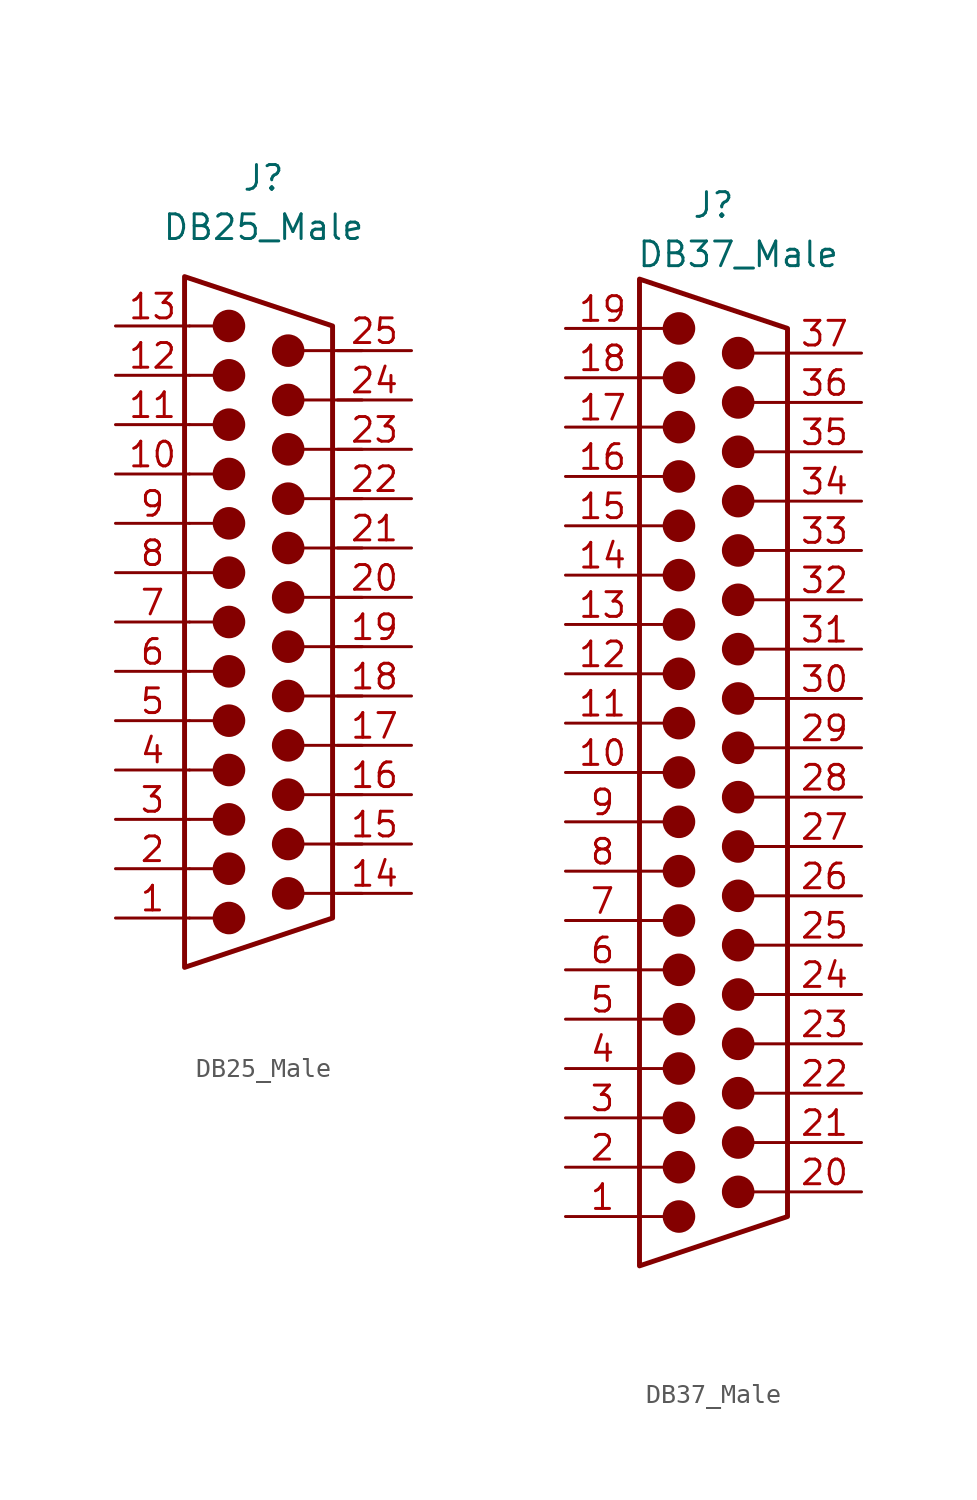
<source format=kicad_sym>
(kicad_symbol_lib
  (version 20220914)
  (generator kicad_symbol_editor)
  (symbol "DB25_Male"
    (pin_names
      (offset 1.016) hide)
    (property "Reference" "J"
      (at 0.254 21.59 0)
      (effects (font (size 1.27 1.27))))
    (property "Value" "DB25_Male"
      (at 0.254 19.05 0)
      (effects (font (size 1.27 1.27))))
    (symbol "DB25_Male_0_1"
      (circle (center -1.524 -16.51) (radius 0.762) (stroke (width 0) (type default)) (fill (type outline)))
      (circle (center -1.524 -13.97) (radius 0.762) (stroke (width 0) (type default)) (fill (type outline)))
      (circle (center -1.524 -11.43) (radius 0.762) (stroke (width 0) (type default)) (fill (type outline)))
      (circle (center -1.524 -8.89) (radius 0.762) (stroke (width 0) (type default)) (fill (type outline)))
      (circle (center -1.524 -6.35) (radius 0.762) (stroke (width 0) (type default)) (fill (type outline)))
      (circle (center -1.524 -3.81) (radius 0.762) (stroke (width 0) (type default)) (fill (type outline)))
      (circle (center -1.524 -1.27) (radius 0.762) (stroke (width 0) (type default)) (fill (type outline)))
      (circle (center -1.524 1.27) (radius 0.762) (stroke (width 0) (type default)) (fill (type outline)))
      (circle (center -1.524 3.81) (radius 0.762) (stroke (width 0) (type default)) (fill (type outline)))
      (circle (center -1.524 6.35) (radius 0.762) (stroke (width 0) (type default)) (fill (type outline)))
      (circle (center -1.524 8.89) (radius 0.762) (stroke (width 0) (type default)) (fill (type outline)))
      (circle (center -1.524 11.43) (radius 0.762) (stroke (width 0) (type default)) (fill (type outline)))
      (circle (center -1.524 13.97) (radius 0.762) (stroke (width 0) (type default)) (fill (type outline)))
      (polyline (pts (xy -3.556 -16.51) (xy -2.286 -16.51)) (stroke (width 0) (type default)) (fill (type none)))
      (polyline (pts (xy -3.556 -13.97) (xy -2.286 -13.97)) (stroke (width 0) (type default)) (fill (type none)))
      (polyline (pts (xy -3.556 -11.43) (xy -2.286 -11.43)) (stroke (width 0) (type default)) (fill (type none)))
      (polyline (pts (xy -3.556 -8.89) (xy -2.286 -8.89)) (stroke (width 0) (type default)) (fill (type none)))
      (polyline (pts (xy -3.556 -6.35) (xy -2.286 -6.35)) (stroke (width 0) (type default)) (fill (type none)))
      (polyline (pts (xy -3.556 -3.81) (xy -2.286 -3.81)) (stroke (width 0) (type default)) (fill (type none)))
      (polyline (pts (xy -3.556 -1.27) (xy -2.286 -1.27)) (stroke (width 0) (type default)) (fill (type none)))
      (polyline (pts (xy -3.556 1.27) (xy -2.286 1.27)) (stroke (width 0) (type default)) (fill (type none)))
      (polyline (pts (xy -3.556 3.81) (xy -2.286 3.81)) (stroke (width 0) (type default)) (fill (type none)))
      (polyline (pts (xy -3.556 6.35) (xy -2.286 6.35)) (stroke (width 0) (type default)) (fill (type none)))
      (polyline (pts (xy -3.556 8.89) (xy -2.286 8.89)) (stroke (width 0) (type default)) (fill (type none)))
      (polyline (pts (xy -3.556 11.43) (xy -2.286 11.43)) (stroke (width 0) (type default)) (fill (type none)))
      (polyline (pts (xy -3.556 13.97) (xy -2.286 13.97)) (stroke (width 0) (type default)) (fill (type none)))
      (polyline (pts (xy 1.524 -15.24) (xy 5.334 -15.24)) (stroke (width 0) (type default)) (fill (type none)))
      (polyline (pts (xy 1.524 -12.7) (xy 5.334 -12.7)) (stroke (width 0) (type default)) (fill (type none)))
      (polyline (pts (xy 1.524 -10.16) (xy 5.334 -10.16)) (stroke (width 0) (type default)) (fill (type none)))
      (polyline (pts (xy 1.524 -7.62) (xy 5.334 -7.62)) (stroke (width 0) (type default)) (fill (type none)))
      (polyline (pts (xy 1.524 -5.08) (xy 5.334 -5.08)) (stroke (width 0) (type default)) (fill (type none)))
      (polyline (pts (xy 1.524 -2.54) (xy 5.334 -2.54)) (stroke (width 0) (type default)) (fill (type none)))
      (polyline (pts (xy 1.524 0) (xy 5.334 0)) (stroke (width 0) (type default)) (fill (type none)))
      (polyline (pts (xy 1.524 2.54) (xy 5.334 2.54)) (stroke (width 0) (type default)) (fill (type none)))
      (polyline (pts (xy 1.524 5.08) (xy 5.334 5.08)) (stroke (width 0) (type default)) (fill (type none)))
      (polyline (pts (xy 1.524 7.62) (xy 5.334 7.62)) (stroke (width 0) (type default)) (fill (type none)))
      (polyline (pts (xy 1.524 10.16) (xy 5.334 10.16)) (stroke (width 0) (type default)) (fill (type none)))
      (polyline (pts (xy 1.524 12.7) (xy 5.334 12.7)) (stroke (width 0) (type default)) (fill (type none)))
      (circle (center 1.524 -15.24) (radius 0.762) (stroke (width 0) (type default)) (fill (type outline)))
      (circle (center 1.524 -12.7) (radius 0.762) (stroke (width 0) (type default)) (fill (type outline)))
      (circle (center 1.524 -10.16) (radius 0.762) (stroke (width 0) (type default)) (fill (type outline)))
      (circle (center 1.524 -7.62) (radius 0.762) (stroke (width 0) (type default)) (fill (type outline)))
      (circle (center 1.524 -5.08) (radius 0.762) (stroke (width 0) (type default)) (fill (type outline)))
      (circle (center 1.524 -2.54) (radius 0.762) (stroke (width 0) (type default)) (fill (type outline)))
      (circle (center 1.524 0) (radius 0.762) (stroke (width 0) (type default)) (fill (type outline)))
      (circle (center 1.524 2.54) (radius 0.762) (stroke (width 0) (type default)) (fill (type outline)))
      (circle (center 1.524 5.08) (radius 0.762) (stroke (width 0) (type default)) (fill (type outline)))
      (circle (center 1.524 7.62) (radius 0.762) (stroke (width 0) (type default)) (fill (type outline)))
      (circle (center 1.524 10.16) (radius 0.762) (stroke (width 0) (type default)) (fill (type outline)))
      (circle (center 1.524 12.7) (radius 0.762) (stroke (width 0) (type default)) (fill (type outline))))
    (symbol "DB25_Male_1_1"
      (polyline (pts (xy -3.81 -19.05) (xy 3.81 -16.51) (xy 3.81 13.97) (xy -3.81 16.51) (xy -3.81 -19.05)) (stroke (width 0.254) (type default)) (fill (type none)))
      (pin passive line (at -7.366 -16.51 0) (length 3.81) (name "1" (effects (font (size 1.27 1.27)))) (number "1" (effects (font (size 1.27 1.27)))))
      (pin passive line (at -7.366 6.35 0) (length 3.81) (name "10" (effects (font (size 1.27 1.27)))) (number "10" (effects (font (size 1.27 1.27)))))
      (pin passive line (at -7.366 8.89 0) (length 3.81) (name "11" (effects (font (size 1.27 1.27)))) (number "11" (effects (font (size 1.27 1.27)))))
      (pin passive line (at -7.366 11.43 0) (length 3.81) (name "12" (effects (font (size 1.27 1.27)))) (number "12" (effects (font (size 1.27 1.27)))))
      (pin passive line (at -7.366 13.97 0) (length 3.81) (name "13" (effects (font (size 1.27 1.27)))) (number "13" (effects (font (size 1.27 1.27)))))
      (pin passive line (at 7.874 -15.24 180) (length 3.81) (name "P14" (effects (font (size 1.27 1.27)))) (number "14" (effects (font (size 1.27 1.27)))))
      (pin passive line (at 7.874 -12.7 180) (length 3.81) (name "P15" (effects (font (size 1.27 1.27)))) (number "15" (effects (font (size 1.27 1.27)))))
      (pin passive line (at 7.874 -10.16 180) (length 3.81) (name "P16" (effects (font (size 1.27 1.27)))) (number "16" (effects (font (size 1.27 1.27)))))
      (pin passive line (at 7.874 -7.62 180) (length 3.81) (name "P17" (effects (font (size 1.27 1.27)))) (number "17" (effects (font (size 1.27 1.27)))))
      (pin passive line (at 7.874 -5.08 180) (length 3.81) (name "P18" (effects (font (size 1.27 1.27)))) (number "18" (effects (font (size 1.27 1.27)))))
      (pin passive line (at 7.874 -2.54 180) (length 3.81) (name "P19" (effects (font (size 1.27 1.27)))) (number "19" (effects (font (size 1.27 1.27)))))
      (pin passive line (at -7.366 -13.97 0) (length 3.81) (name "2" (effects (font (size 1.27 1.27)))) (number "2" (effects (font (size 1.27 1.27)))))
      (pin passive line (at 7.874 0 180) (length 3.81) (name "P20" (effects (font (size 1.27 1.27)))) (number "20" (effects (font (size 1.27 1.27)))))
      (pin passive line (at 7.874 2.54 180) (length 3.81) (name "P21" (effects (font (size 1.27 1.27)))) (number "21" (effects (font (size 1.27 1.27)))))
      (pin passive line (at 7.874 5.08 180) (length 3.81) (name "P22" (effects (font (size 1.27 1.27)))) (number "22" (effects (font (size 1.27 1.27)))))
      (pin passive line (at 7.874 7.62 180) (length 3.81) (name "P23" (effects (font (size 1.27 1.27)))) (number "23" (effects (font (size 1.27 1.27)))))
      (pin passive line (at 7.874 10.16 180) (length 3.81) (name "P24" (effects (font (size 1.27 1.27)))) (number "24" (effects (font (size 1.27 1.27)))))
      (pin passive line (at 7.874 12.7 180) (length 3.81) (name "P25" (effects (font (size 1.27 1.27)))) (number "25" (effects (font (size 1.27 1.27)))))
      (pin passive line (at -7.366 -11.43 0) (length 3.81) (name "3" (effects (font (size 1.27 1.27)))) (number "3" (effects (font (size 1.27 1.27)))))
      (pin passive line (at -7.366 -8.89 0) (length 3.81) (name "4" (effects (font (size 1.27 1.27)))) (number "4" (effects (font (size 1.27 1.27)))))
      (pin passive line (at -7.366 -6.35 0) (length 3.81) (name "5" (effects (font (size 1.27 1.27)))) (number "5" (effects (font (size 1.27 1.27)))))
      (pin passive line (at -7.366 -3.81 0) (length 3.81) (name "6" (effects (font (size 1.27 1.27)))) (number "6" (effects (font (size 1.27 1.27)))))
      (pin passive line (at -7.366 -1.27 0) (length 3.81) (name "7" (effects (font (size 1.27 1.27)))) (number "7" (effects (font (size 1.27 1.27)))))
      (pin passive line (at -7.366 1.27 0) (length 3.81) (name "8" (effects (font (size 1.27 1.27)))) (number "8" (effects (font (size 1.27 1.27)))))
      (pin passive line (at -7.366 3.81 0) (length 3.81) (name "9" (effects (font (size 1.27 1.27)))) (number "9" (effects (font (size 1.27 1.27)))))))
  (symbol "DB37_Male"
    (pin_names
      (offset 1.016) hide)
    (property "Reference" "J"
      (at 0 30.48 0)
      (effects (font (size 1.27 1.27))))
    (property "Value" "DB37_Male"
      (at 1.27 27.94 0)
      (effects (font (size 1.27 1.27))))
    (symbol "DB37_Male_0_1"
      (circle (center -1.778 -21.59) (radius 0.762) (stroke (width 0) (type default)) (fill (type outline)))
      (circle (center -1.778 -19.05) (radius 0.762) (stroke (width 0) (type default)) (fill (type outline)))
      (circle (center -1.778 -16.51) (radius 0.762) (stroke (width 0) (type default)) (fill (type outline)))
      (circle (center -1.778 -13.97) (radius 0.762) (stroke (width 0) (type default)) (fill (type outline)))
      (circle (center -1.778 -11.43) (radius 0.762) (stroke (width 0) (type default)) (fill (type outline)))
      (circle (center -1.778 -8.89) (radius 0.762) (stroke (width 0) (type default)) (fill (type outline)))
      (circle (center -1.778 -6.35) (radius 0.762) (stroke (width 0) (type default)) (fill (type outline)))
      (circle (center -1.778 -3.81) (radius 0.762) (stroke (width 0) (type default)) (fill (type outline)))
      (circle (center -1.778 -1.27) (radius 0.762) (stroke (width 0) (type default)) (fill (type outline)))
      (circle (center -1.778 1.27) (radius 0.762) (stroke (width 0) (type default)) (fill (type outline)))
      (circle (center -1.778 3.81) (radius 0.762) (stroke (width 0) (type default)) (fill (type outline)))
      (circle (center -1.778 6.35) (radius 0.762) (stroke (width 0) (type default)) (fill (type outline)))
      (circle (center -1.778 8.89) (radius 0.762) (stroke (width 0) (type default)) (fill (type outline)))
      (circle (center -1.778 11.43) (radius 0.762) (stroke (width 0) (type default)) (fill (type outline)))
      (circle (center -1.778 13.97) (radius 0.762) (stroke (width 0) (type default)) (fill (type outline)))
      (circle (center -1.778 16.51) (radius 0.762) (stroke (width 0) (type default)) (fill (type outline)))
      (circle (center -1.778 19.05) (radius 0.762) (stroke (width 0) (type default)) (fill (type outline)))
      (circle (center -1.778 21.59) (radius 0.762) (stroke (width 0) (type default)) (fill (type outline)))
      (circle (center -1.778 24.13) (radius 0.762) (stroke (width 0) (type default)) (fill (type outline)))
      (polyline (pts (xy -3.81 -21.59) (xy -2.54 -21.59)) (stroke (width 0) (type default)) (fill (type none)))
      (polyline (pts (xy -3.81 -19.05) (xy -2.54 -19.05)) (stroke (width 0) (type default)) (fill (type none)))
      (polyline (pts (xy -3.81 -16.51) (xy -2.54 -16.51)) (stroke (width 0) (type default)) (fill (type none)))
      (polyline (pts (xy -3.81 -13.97) (xy -2.54 -13.97)) (stroke (width 0) (type default)) (fill (type none)))
      (polyline (pts (xy -3.81 -11.43) (xy -2.54 -11.43)) (stroke (width 0) (type default)) (fill (type none)))
      (polyline (pts (xy -3.81 -8.89) (xy -2.54 -8.89)) (stroke (width 0) (type default)) (fill (type none)))
      (polyline (pts (xy -3.81 -6.35) (xy -2.54 -6.35)) (stroke (width 0) (type default)) (fill (type none)))
      (polyline (pts (xy -3.81 -3.81) (xy -2.54 -3.81)) (stroke (width 0) (type default)) (fill (type none)))
      (polyline (pts (xy -3.81 -1.27) (xy -2.54 -1.27)) (stroke (width 0) (type default)) (fill (type none)))
      (polyline (pts (xy -3.81 1.27) (xy -2.54 1.27)) (stroke (width 0) (type default)) (fill (type none)))
      (polyline (pts (xy -3.81 3.81) (xy -2.54 3.81)) (stroke (width 0) (type default)) (fill (type none)))
      (polyline (pts (xy -3.81 6.35) (xy -2.54 6.35)) (stroke (width 0) (type default)) (fill (type none)))
      (polyline (pts (xy -3.81 8.89) (xy -2.54 8.89)) (stroke (width 0) (type default)) (fill (type none)))
      (polyline (pts (xy -3.81 11.43) (xy -2.54 11.43)) (stroke (width 0) (type default)) (fill (type none)))
      (polyline (pts (xy -3.81 13.97) (xy -2.54 13.97)) (stroke (width 0) (type default)) (fill (type none)))
      (polyline (pts (xy -3.81 16.51) (xy -2.54 16.51)) (stroke (width 0) (type default)) (fill (type none)))
      (polyline (pts (xy -3.81 19.05) (xy -2.54 19.05)) (stroke (width 0) (type default)) (fill (type none)))
      (polyline (pts (xy -3.81 21.59) (xy -2.54 21.59)) (stroke (width 0) (type default)) (fill (type none)))
      (polyline (pts (xy -3.81 24.13) (xy -2.54 24.13)) (stroke (width 0) (type default)) (fill (type none)))
      (polyline (pts (xy 1.27 -20.32) (xy 3.81 -20.32)) (stroke (width 0) (type default)) (fill (type none)))
      (polyline (pts (xy 1.27 -17.78) (xy 3.81 -17.78)) (stroke (width 0) (type default)) (fill (type none)))
      (polyline (pts (xy 1.27 -15.24) (xy 3.81 -15.24)) (stroke (width 0) (type default)) (fill (type none)))
      (polyline (pts (xy 1.27 -12.7) (xy 3.81 -12.7)) (stroke (width 0) (type default)) (fill (type none)))
      (polyline (pts (xy 1.27 -10.16) (xy 3.81 -10.16)) (stroke (width 0) (type default)) (fill (type none)))
      (polyline (pts (xy 1.27 -7.62) (xy 3.81 -7.62)) (stroke (width 0) (type default)) (fill (type none)))
      (polyline (pts (xy 1.27 -5.08) (xy 3.81 -5.08)) (stroke (width 0) (type default)) (fill (type none)))
      (polyline (pts (xy 1.27 -2.54) (xy 3.81 -2.54)) (stroke (width 0) (type default)) (fill (type none)))
      (polyline (pts (xy 1.27 0) (xy 3.81 0)) (stroke (width 0) (type default)) (fill (type none)))
      (polyline (pts (xy 1.27 2.54) (xy 3.81 2.54)) (stroke (width 0) (type default)) (fill (type none)))
      (polyline (pts (xy 1.27 5.08) (xy 3.81 5.08)) (stroke (width 0) (type default)) (fill (type none)))
      (polyline (pts (xy 1.27 7.62) (xy 3.81 7.62)) (stroke (width 0) (type default)) (fill (type none)))
      (polyline (pts (xy 1.27 10.16) (xy 3.81 10.16)) (stroke (width 0) (type default)) (fill (type none)))
      (polyline (pts (xy 1.27 12.7) (xy 3.81 12.7)) (stroke (width 0) (type default)) (fill (type none)))
      (polyline (pts (xy 1.27 15.24) (xy 3.81 15.24)) (stroke (width 0) (type default)) (fill (type none)))
      (polyline (pts (xy 1.27 17.78) (xy 3.81 17.78)) (stroke (width 0) (type default)) (fill (type none)))
      (polyline (pts (xy 1.27 20.32) (xy 3.81 20.32)) (stroke (width 0) (type default)) (fill (type none)))
      (polyline (pts (xy 1.27 22.86) (xy 3.81 22.86)) (stroke (width 0) (type default)) (fill (type none)))
      (circle (center 1.27 -20.32) (radius 0.762) (stroke (width 0) (type default)) (fill (type outline)))
      (circle (center 1.27 -17.78) (radius 0.762) (stroke (width 0) (type default)) (fill (type outline)))
      (circle (center 1.27 -15.24) (radius 0.762) (stroke (width 0) (type default)) (fill (type outline)))
      (circle (center 1.27 -12.7) (radius 0.762) (stroke (width 0) (type default)) (fill (type outline)))
      (circle (center 1.27 -10.16) (radius 0.762) (stroke (width 0) (type default)) (fill (type outline)))
      (circle (center 1.27 -7.62) (radius 0.762) (stroke (width 0) (type default)) (fill (type outline)))
      (circle (center 1.27 -5.08) (radius 0.762) (stroke (width 0) (type default)) (fill (type outline)))
      (circle (center 1.27 -2.54) (radius 0.762) (stroke (width 0) (type default)) (fill (type outline)))
      (circle (center 1.27 0) (radius 0.762) (stroke (width 0) (type default)) (fill (type outline)))
      (circle (center 1.27 2.54) (radius 0.762) (stroke (width 0) (type default)) (fill (type outline)))
      (circle (center 1.27 5.08) (radius 0.762) (stroke (width 0) (type default)) (fill (type outline)))
      (circle (center 1.27 7.62) (radius 0.762) (stroke (width 0) (type default)) (fill (type outline)))
      (circle (center 1.27 10.16) (radius 0.762) (stroke (width 0) (type default)) (fill (type outline)))
      (circle (center 1.27 12.7) (radius 0.762) (stroke (width 0) (type default)) (fill (type outline)))
      (circle (center 1.27 15.24) (radius 0.762) (stroke (width 0) (type default)) (fill (type outline)))
      (circle (center 1.27 17.78) (radius 0.762) (stroke (width 0) (type default)) (fill (type outline)))
      (circle (center 1.27 20.32) (radius 0.762) (stroke (width 0) (type default)) (fill (type outline)))
      (circle (center 1.27 22.86) (radius 0.762) (stroke (width 0) (type default)) (fill (type outline))))
    (symbol "DB37_Male_1_1"
      (polyline (pts (xy -3.81 -24.13) (xy 3.81 -21.59) (xy 3.81 24.13) (xy -3.81 26.67) (xy -3.81 -24.13)) (stroke (width 0.254) (type default)) (fill (type none)))
      (pin passive line (at -7.62 -21.59 0) (length 3.81) (name "1" (effects (font (size 1.27 1.27)))) (number "1" (effects (font (size 1.27 1.27)))))
      (pin passive line (at -7.62 1.27 0) (length 3.81) (name "10" (effects (font (size 1.27 1.27)))) (number "10" (effects (font (size 1.27 1.27)))))
      (pin passive line (at -7.62 3.81 0) (length 3.81) (name "11" (effects (font (size 1.27 1.27)))) (number "11" (effects (font (size 1.27 1.27)))))
      (pin passive line (at -7.62 6.35 0) (length 3.81) (name "12" (effects (font (size 1.27 1.27)))) (number "12" (effects (font (size 1.27 1.27)))))
      (pin passive line (at -7.62 8.89 0) (length 3.81) (name "13" (effects (font (size 1.27 1.27)))) (number "13" (effects (font (size 1.27 1.27)))))
      (pin passive line (at -7.62 11.43 0) (length 3.81) (name "14" (effects (font (size 1.27 1.27)))) (number "14" (effects (font (size 1.27 1.27)))))
      (pin passive line (at -7.62 13.97 0) (length 3.81) (name "15" (effects (font (size 1.27 1.27)))) (number "15" (effects (font (size 1.27 1.27)))))
      (pin passive line (at -7.62 16.51 0) (length 3.81) (name "16" (effects (font (size 1.27 1.27)))) (number "16" (effects (font (size 1.27 1.27)))))
      (pin passive line (at -7.62 19.05 0) (length 3.81) (name "17" (effects (font (size 1.27 1.27)))) (number "17" (effects (font (size 1.27 1.27)))))
      (pin passive line (at -7.62 21.59 0) (length 3.81) (name "18" (effects (font (size 1.27 1.27)))) (number "18" (effects (font (size 1.27 1.27)))))
      (pin passive line (at -7.62 24.13 0) (length 3.81) (name "19" (effects (font (size 1.27 1.27)))) (number "19" (effects (font (size 1.27 1.27)))))
      (pin passive line (at -7.62 -19.05 0) (length 3.81) (name "2" (effects (font (size 1.27 1.27)))) (number "2" (effects (font (size 1.27 1.27)))))
      (pin passive line (at 7.62 -20.32 180) (length 3.81) (name "20" (effects (font (size 1.27 1.27)))) (number "20" (effects (font (size 1.27 1.27)))))
      (pin passive line (at 7.62 -17.78 180) (length 3.81) (name "21" (effects (font (size 1.27 1.27)))) (number "21" (effects (font (size 1.27 1.27)))))
      (pin passive line (at 7.62 -15.24 180) (length 3.81) (name "22" (effects (font (size 1.27 1.27)))) (number "22" (effects (font (size 1.27 1.27)))))
      (pin passive line (at 7.62 -12.7 180) (length 3.81) (name "23" (effects (font (size 1.27 1.27)))) (number "23" (effects (font (size 1.27 1.27)))))
      (pin passive line (at 7.62 -10.16 180) (length 3.81) (name "24" (effects (font (size 1.27 1.27)))) (number "24" (effects (font (size 1.27 1.27)))))
      (pin passive line (at 7.62 -7.62 180) (length 3.81) (name "25" (effects (font (size 1.27 1.27)))) (number "25" (effects (font (size 1.27 1.27)))))
      (pin passive line (at 7.62 -5.08 180) (length 3.81) (name "26" (effects (font (size 1.27 1.27)))) (number "26" (effects (font (size 1.27 1.27)))))
      (pin passive line (at 7.62 -2.54 180) (length 3.81) (name "27" (effects (font (size 1.27 1.27)))) (number "27" (effects (font (size 1.27 1.27)))))
      (pin passive line (at 7.62 0 180) (length 3.81) (name "28" (effects (font (size 1.27 1.27)))) (number "28" (effects (font (size 1.27 1.27)))))
      (pin passive line (at 7.62 2.54 180) (length 3.81) (name "29" (effects (font (size 1.27 1.27)))) (number "29" (effects (font (size 1.27 1.27)))))
      (pin passive line (at -7.62 -16.51 0) (length 3.81) (name "3" (effects (font (size 1.27 1.27)))) (number "3" (effects (font (size 1.27 1.27)))))
      (pin passive line (at 7.62 5.08 180) (length 3.81) (name "30" (effects (font (size 1.27 1.27)))) (number "30" (effects (font (size 1.27 1.27)))))
      (pin passive line (at 7.62 7.62 180) (length 3.81) (name "31" (effects (font (size 1.27 1.27)))) (number "31" (effects (font (size 1.27 1.27)))))
      (pin passive line (at 7.62 10.16 180) (length 3.81) (name "32" (effects (font (size 1.27 1.27)))) (number "32" (effects (font (size 1.27 1.27)))))
      (pin passive line (at 7.62 12.7 180) (length 3.81) (name "33" (effects (font (size 1.27 1.27)))) (number "33" (effects (font (size 1.27 1.27)))))
      (pin passive line (at 7.62 15.24 180) (length 3.81) (name "34" (effects (font (size 1.27 1.27)))) (number "34" (effects (font (size 1.27 1.27)))))
      (pin passive line (at 7.62 17.78 180) (length 3.81) (name "35" (effects (font (size 1.27 1.27)))) (number "35" (effects (font (size 1.27 1.27)))))
      (pin passive line (at 7.62 20.32 180) (length 3.81) (name "36" (effects (font (size 1.27 1.27)))) (number "36" (effects (font (size 1.27 1.27)))))
      (pin passive line (at 7.62 22.86 180) (length 3.81) (name "37" (effects (font (size 1.27 1.27)))) (number "37" (effects (font (size 1.27 1.27)))))
      (pin passive line (at -7.62 -13.97 0) (length 3.81) (name "4" (effects (font (size 1.27 1.27)))) (number "4" (effects (font (size 1.27 1.27)))))
      (pin passive line (at -7.62 -11.43 0) (length 3.81) (name "5" (effects (font (size 1.27 1.27)))) (number "5" (effects (font (size 1.27 1.27)))))
      (pin passive line (at -7.62 -8.89 0) (length 3.81) (name "6" (effects (font (size 1.27 1.27)))) (number "6" (effects (font (size 1.27 1.27)))))
      (pin passive line (at -7.62 -6.35 0) (length 3.81) (name "7" (effects (font (size 1.27 1.27)))) (number "7" (effects (font (size 1.27 1.27)))))
      (pin passive line (at -7.62 -3.81 0) (length 3.81) (name "8" (effects (font (size 1.27 1.27)))) (number "8" (effects (font (size 1.27 1.27)))))
      (pin passive line (at -7.62 -1.27 0) (length 3.81) (name "9" (effects (font (size 1.27 1.27)))) (number "9" (effects (font (size 1.27 1.27))))))))
</source>
